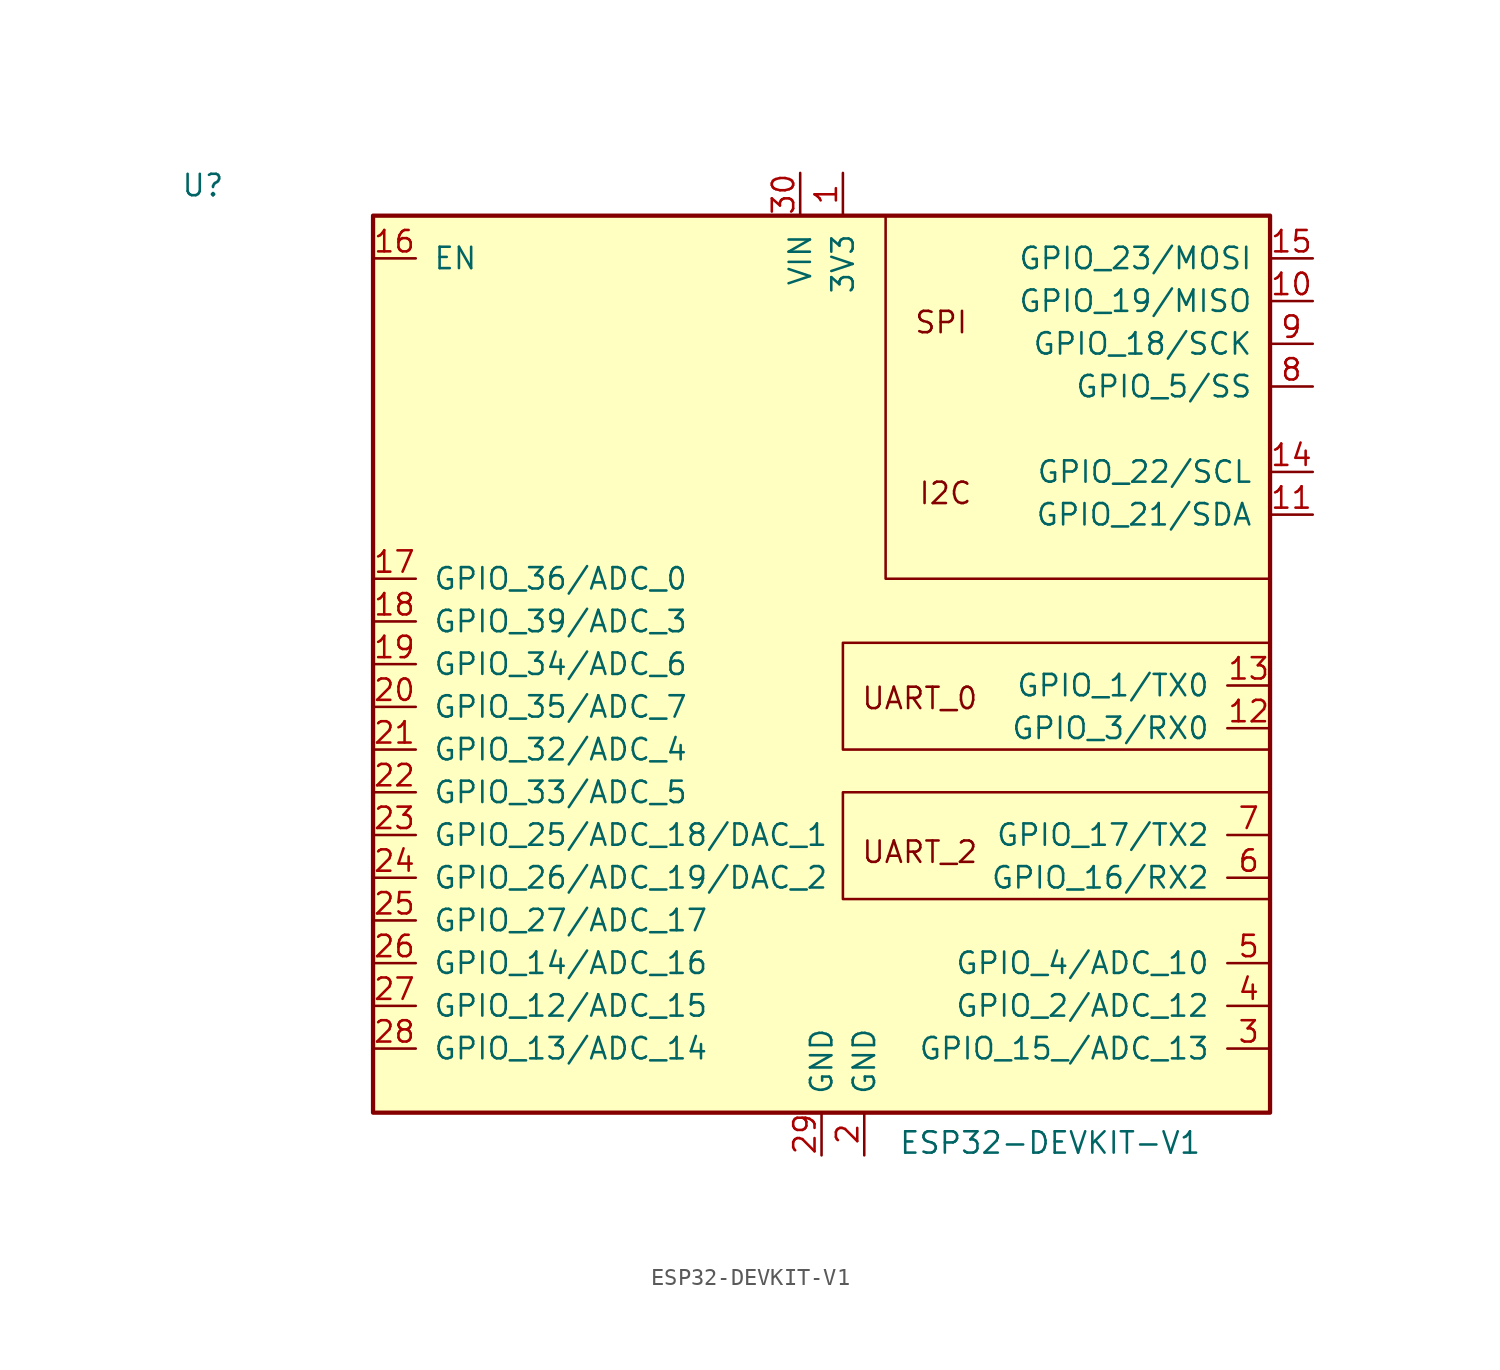
<source format=kicad_sym>
(kicad_symbol_lib
  (version 20231120)
  (generator "kicad_symbol_editor")
  (generator_version "8.0")
  (symbol "ESP32-DEVKIT-V1"
    (pin_names
      (offset 1.016))
    (property "Reference" "U"
      (at -38.1 31.75 0)
      (effects (font (size 1.27 1.27)) (justify left top)))
    (property "Value" "ESP32-DEVKIT-V1"
      (at 4.572 -26.67 0)
      (effects (font (size 1.27 1.27)) (justify left bottom)))
    (symbol "ESP32-DEVKIT-V1_0_0"
      (rectangle (start -26.67 29.21) (end 26.67 -24.13) (stroke (width 0.254) (type default)) (fill (type background))))
    (symbol "ESP32-DEVKIT-V1_0_1"
      (rectangle (start 26.67 29.21) (end 3.81 7.62) (stroke (width 0) (type default)) (fill (type none))))
    (symbol "ESP32-DEVKIT-V1_1_0"
      (pin power_in line (at 1.27 31.75 270) (length 2.54) (name "3V3" (effects (font (size 1.27 1.27)))) (number "1" (effects (font (size 1.27 1.27)))))
      (pin bidirectional line (at 29.21 24.13 180) (length 2.54) (name "GPIO_19/MISO" (effects (font (size 1.27 1.27)))) (number "10" (effects (font (size 1.27 1.27)))))
      (pin bidirectional line (at 29.21 11.43 180) (length 2.54) (name "GPIO_21/SDA" (effects (font (size 1.27 1.27)))) (number "11" (effects (font (size 1.27 1.27)))))
      (pin bidirectional line (at 26.67 -1.27 180) (length 2.54) (name "GPIO_3/RX0" (effects (font (size 1.27 1.27)))) (number "12" (effects (font (size 1.27 1.27)))))
      (pin bidirectional line (at 26.67 1.27 180) (length 2.54) (name "GPIO_1/TX0" (effects (font (size 1.27 1.27)))) (number "13" (effects (font (size 1.27 1.27)))))
      (pin bidirectional line (at 29.21 13.97 180) (length 2.54) (name "GPIO_22/SCL" (effects (font (size 1.27 1.27)))) (number "14" (effects (font (size 1.27 1.27)))))
      (pin bidirectional line (at 29.21 26.67 180) (length 2.54) (name "GPIO_23/MOSI" (effects (font (size 1.27 1.27)))) (number "15" (effects (font (size 1.27 1.27)))))
      (pin input line (at -26.67 26.67 0) (length 2.54) (name "EN" (effects (font (size 1.27 1.27)))) (number "16" (effects (font (size 1.27 1.27)))))
      (pin input line (at -26.67 7.62 0) (length 2.54) (name "GPIO_36/ADC_0" (effects (font (size 1.27 1.27)))) (number "17" (effects (font (size 1.27 1.27)))))
      (pin input line (at -26.67 5.08 0) (length 2.54) (name "GPIO_39/ADC_3" (effects (font (size 1.27 1.27)))) (number "18" (effects (font (size 1.27 1.27)))))
      (pin input line (at -26.67 2.54 0) (length 2.54) (name "GPIO_34/ADC_6" (effects (font (size 1.27 1.27)))) (number "19" (effects (font (size 1.27 1.27)))))
      (pin power_in line (at 2.54 -26.67 90) (length 2.54) (name "GND" (effects (font (size 1.27 1.27)))) (number "2" (effects (font (size 1.27 1.27)))))
      (pin input line (at -26.67 0 0) (length 2.54) (name "GPIO_35/ADC_7" (effects (font (size 1.27 1.27)))) (number "20" (effects (font (size 1.27 1.27)))))
      (pin bidirectional line (at -26.67 -2.54 0) (length 2.54) (name "GPIO_32/ADC_4" (effects (font (size 1.27 1.27)))) (number "21" (effects (font (size 1.27 1.27)))))
      (pin bidirectional line (at -26.67 -5.08 0) (length 2.54) (name "GPIO_33/ADC_5" (effects (font (size 1.27 1.27)))) (number "22" (effects (font (size 1.27 1.27)))))
      (pin bidirectional line (at -26.67 -7.62 0) (length 2.54) (name "GPIO_25/ADC_18/DAC_1" (effects (font (size 1.27 1.27)))) (number "23" (effects (font (size 1.27 1.27)))))
      (pin bidirectional line (at -26.67 -10.16 0) (length 2.54) (name "GPIO_26/ADC_19/DAC_2" (effects (font (size 1.27 1.27)))) (number "24" (effects (font (size 1.27 1.27)))))
      (pin bidirectional line (at -26.67 -12.7 0) (length 2.54) (name "GPIO_27/ADC_17" (effects (font (size 1.27 1.27)))) (number "25" (effects (font (size 1.27 1.27)))))
      (pin bidirectional line (at -26.67 -15.24 0) (length 2.54) (name "GPIO_14/ADC_16" (effects (font (size 1.27 1.27)))) (number "26" (effects (font (size 1.27 1.27)))))
      (pin bidirectional line (at -26.67 -17.78 0) (length 2.54) (name "GPIO_12/ADC_15" (effects (font (size 1.27 1.27)))) (number "27" (effects (font (size 1.27 1.27)))))
      (pin bidirectional line (at -26.67 -20.32 0) (length 2.54) (name "GPIO_13/ADC_14" (effects (font (size 1.27 1.27)))) (number "28" (effects (font (size 1.27 1.27)))))
      (pin power_in line (at 0 -26.67 90) (length 2.54) (name "GND" (effects (font (size 1.27 1.27)))) (number "29" (effects (font (size 1.27 1.27)))))
      (pin bidirectional line (at 26.67 -20.32 180) (length 2.54) (name "GPIO_15_/ADC_13" (effects (font (size 1.27 1.27)))) (number "3" (effects (font (size 1.27 1.27)))))
      (pin power_in line (at -1.27 31.75 270) (length 2.54) (name "VIN" (effects (font (size 1.27 1.27)))) (number "30" (effects (font (size 1.27 1.27)))))
      (pin bidirectional line (at 26.67 -17.78 180) (length 2.54) (name "GPIO_2/ADC_12" (effects (font (size 1.27 1.27)))) (number "4" (effects (font (size 1.27 1.27)))))
      (pin bidirectional line (at 26.67 -15.24 180) (length 2.54) (name "GPIO_4/ADC_10" (effects (font (size 1.27 1.27)))) (number "5" (effects (font (size 1.27 1.27)))))
      (pin bidirectional line (at 26.67 -10.16 180) (length 2.54) (name "GPIO_16/RX2" (effects (font (size 1.27 1.27)))) (number "6" (effects (font (size 1.27 1.27)))))
      (pin bidirectional line (at 26.67 -7.62 180) (length 2.54) (name "GPIO_17/TX2" (effects (font (size 1.27 1.27)))) (number "7" (effects (font (size 1.27 1.27)))))
      (pin bidirectional line (at 29.21 19.05 180) (length 2.54) (name "GPIO_5/SS" (effects (font (size 1.27 1.27)))) (number "8" (effects (font (size 1.27 1.27)))))
      (pin bidirectional line (at 29.21 21.59 180) (length 2.54) (name "GPIO_18/SCK" (effects (font (size 1.27 1.27)))) (number "9" (effects (font (size 1.27 1.27))))))
    (symbol "ESP32-DEVKIT-V1_1_1"
      (rectangle (start 1.27 -5.08) (end 26.67 -11.43) (stroke (width 0) (type default)) (fill (type none)))
      (rectangle (start 26.67 3.81) (end 1.27 -2.54) (stroke (width 0) (type default)) (fill (type none)))
      (text "I2C" (at 7.366 12.7 0) (effects (font (size 1.27 1.27))))
      (text "SPI" (at 7.112 22.86 0) (effects (font (size 1.27 1.27))))
      (text "UART_0" (at 5.842 0.508 0) (effects (font (size 1.27 1.27))))
      (text "UART_2" (at 5.842 -8.636 0) (effects (font (size 1.27 1.27)))))))
</source>
